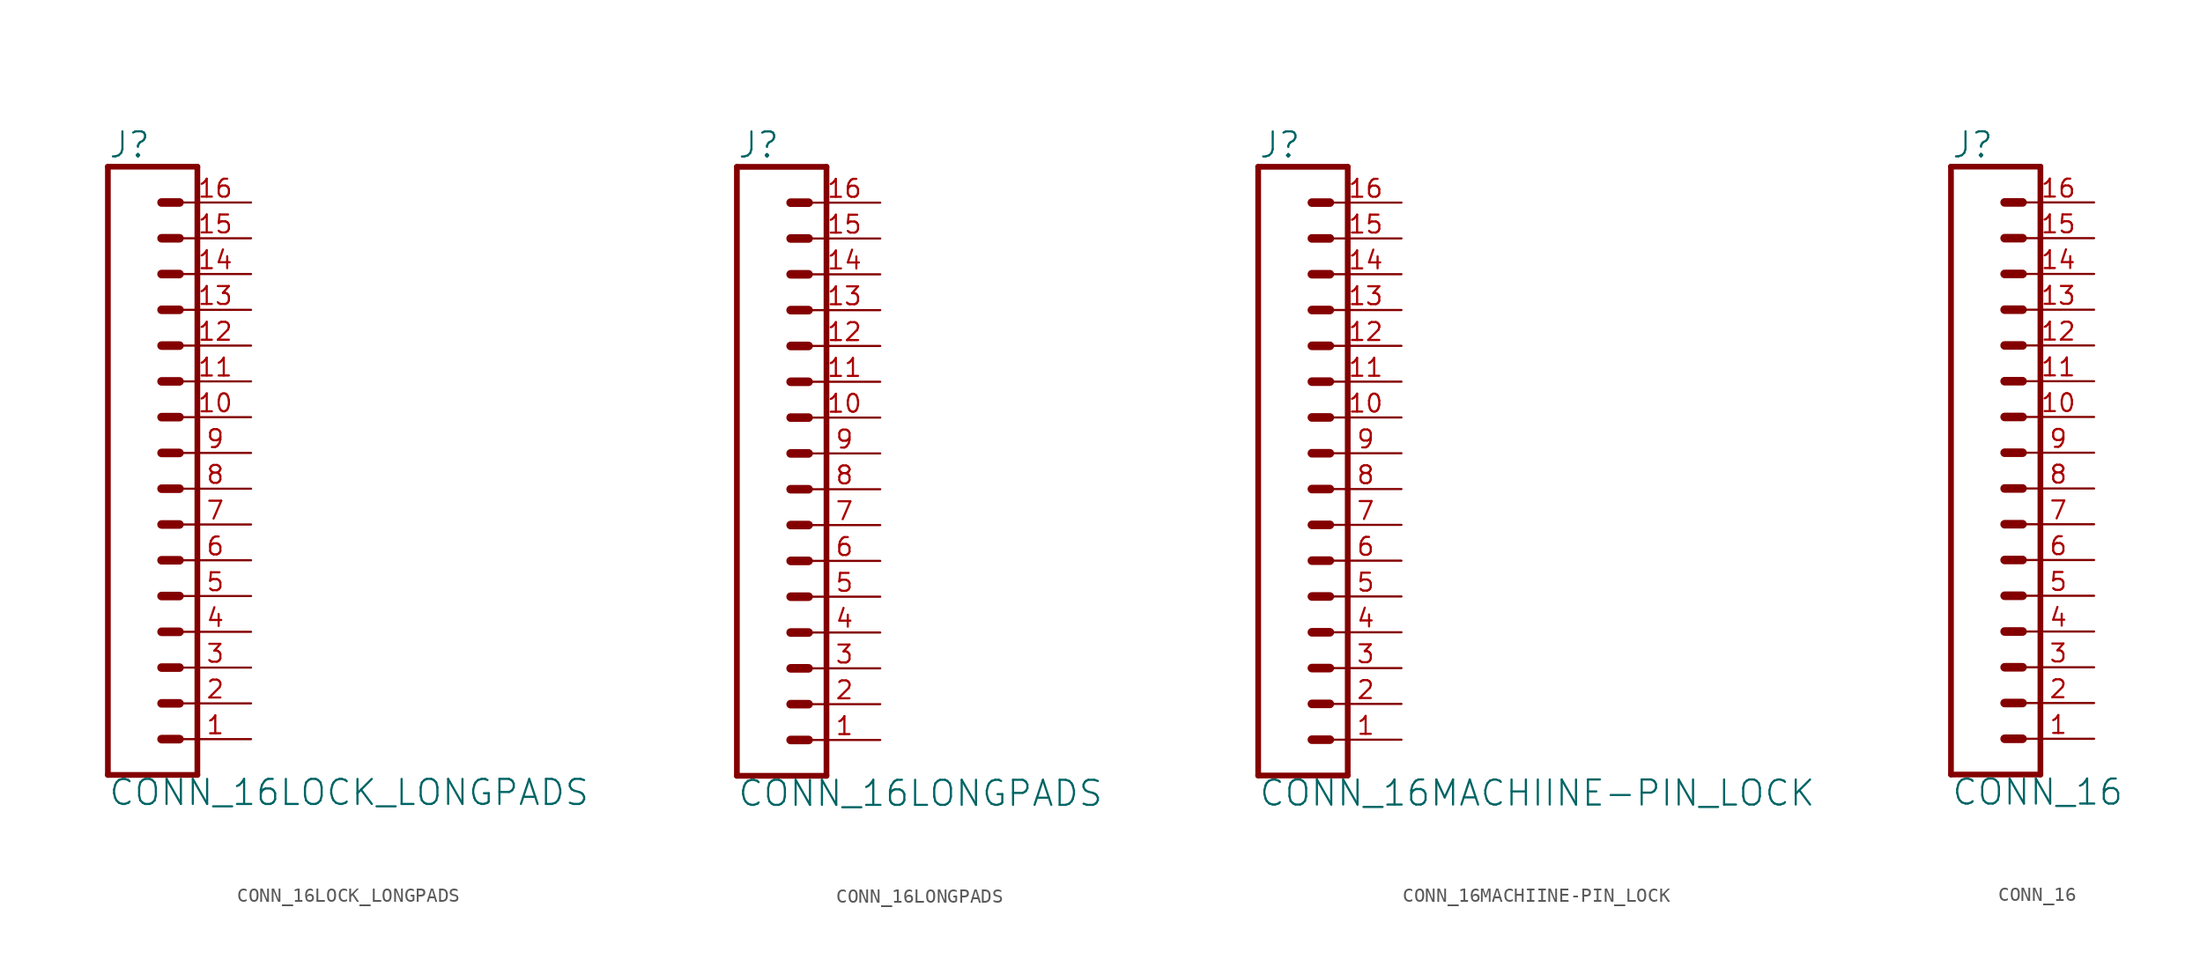
<source format=kicad_sym>
(kicad_symbol_lib
  (version 20220331)
  (generator kicad_symbol_editor)
  (symbol "CONN_16LOCK_LONGPADS"
    (property "Reference" "J"
      (at 0 20.828 0)
      (effects (font (size 1.778 1.778)) (justify left bottom)))
    (property "Value" "CONN_16LOCK_LONGPADS"
      (at 0 -25.146 0)
      (effects (font (size 1.778 1.778)) (justify left bottom)))
    (property "ki_locked" ""
      (at 0 0 0)
      (effects (font (size 1.27 1.27))))
    (symbol "CONN_16LOCK_LONGPADS_1_0"
      (polyline (pts (xy 0 20.32) (xy 0 -22.86)) (stroke (width 0.406) (type solid)) (fill (type none)))
      (polyline (pts (xy 0 20.32) (xy 6.35 20.32)) (stroke (width 0.406) (type solid)) (fill (type none)))
      (polyline (pts (xy 3.81 -20.32) (xy 5.08 -20.32)) (stroke (width 0.61) (type solid)) (fill (type none)))
      (polyline (pts (xy 3.81 -17.78) (xy 5.08 -17.78)) (stroke (width 0.61) (type solid)) (fill (type none)))
      (polyline (pts (xy 3.81 -15.24) (xy 5.08 -15.24)) (stroke (width 0.61) (type solid)) (fill (type none)))
      (polyline (pts (xy 3.81 -12.7) (xy 5.08 -12.7)) (stroke (width 0.61) (type solid)) (fill (type none)))
      (polyline (pts (xy 3.81 -10.16) (xy 5.08 -10.16)) (stroke (width 0.61) (type solid)) (fill (type none)))
      (polyline (pts (xy 3.81 -7.62) (xy 5.08 -7.62)) (stroke (width 0.61) (type solid)) (fill (type none)))
      (polyline (pts (xy 3.81 -5.08) (xy 5.08 -5.08)) (stroke (width 0.61) (type solid)) (fill (type none)))
      (polyline (pts (xy 3.81 -2.54) (xy 5.08 -2.54)) (stroke (width 0.61) (type solid)) (fill (type none)))
      (polyline (pts (xy 3.81 0) (xy 5.08 0)) (stroke (width 0.61) (type solid)) (fill (type none)))
      (polyline (pts (xy 3.81 2.54) (xy 5.08 2.54)) (stroke (width 0.61) (type solid)) (fill (type none)))
      (polyline (pts (xy 3.81 5.08) (xy 5.08 5.08)) (stroke (width 0.61) (type solid)) (fill (type none)))
      (polyline (pts (xy 3.81 7.62) (xy 5.08 7.62)) (stroke (width 0.61) (type solid)) (fill (type none)))
      (polyline (pts (xy 3.81 10.16) (xy 5.08 10.16)) (stroke (width 0.61) (type solid)) (fill (type none)))
      (polyline (pts (xy 3.81 12.7) (xy 5.08 12.7)) (stroke (width 0.61) (type solid)) (fill (type none)))
      (polyline (pts (xy 3.81 15.24) (xy 5.08 15.24)) (stroke (width 0.61) (type solid)) (fill (type none)))
      (polyline (pts (xy 3.81 17.78) (xy 5.08 17.78)) (stroke (width 0.61) (type solid)) (fill (type none)))
      (polyline (pts (xy 6.35 -22.86) (xy 0 -22.86)) (stroke (width 0.406) (type solid)) (fill (type none)))
      (polyline (pts (xy 6.35 -22.86) (xy 6.35 20.32)) (stroke (width 0.406) (type solid)) (fill (type none)))
      (pin passive line (at 10.16 -20.32 180) (length 5.08) (name "1" (effects (font (size 0 0)))) (number "1" (effects (font (size 1.27 1.27)))))
      (pin passive line (at 10.16 2.54 180) (length 5.08) (name "10" (effects (font (size 0 0)))) (number "10" (effects (font (size 1.27 1.27)))))
      (pin passive line (at 10.16 5.08 180) (length 5.08) (name "11" (effects (font (size 0 0)))) (number "11" (effects (font (size 1.27 1.27)))))
      (pin passive line (at 10.16 7.62 180) (length 5.08) (name "12" (effects (font (size 0 0)))) (number "12" (effects (font (size 1.27 1.27)))))
      (pin passive line (at 10.16 10.16 180) (length 5.08) (name "13" (effects (font (size 0 0)))) (number "13" (effects (font (size 1.27 1.27)))))
      (pin passive line (at 10.16 12.7 180) (length 5.08) (name "14" (effects (font (size 0 0)))) (number "14" (effects (font (size 1.27 1.27)))))
      (pin passive line (at 10.16 15.24 180) (length 5.08) (name "15" (effects (font (size 0 0)))) (number "15" (effects (font (size 1.27 1.27)))))
      (pin passive line (at 10.16 17.78 180) (length 5.08) (name "16" (effects (font (size 0 0)))) (number "16" (effects (font (size 1.27 1.27)))))
      (pin passive line (at 10.16 -17.78 180) (length 5.08) (name "2" (effects (font (size 0 0)))) (number "2" (effects (font (size 1.27 1.27)))))
      (pin passive line (at 10.16 -15.24 180) (length 5.08) (name "3" (effects (font (size 0 0)))) (number "3" (effects (font (size 1.27 1.27)))))
      (pin passive line (at 10.16 -12.7 180) (length 5.08) (name "4" (effects (font (size 0 0)))) (number "4" (effects (font (size 1.27 1.27)))))
      (pin passive line (at 10.16 -10.16 180) (length 5.08) (name "5" (effects (font (size 0 0)))) (number "5" (effects (font (size 1.27 1.27)))))
      (pin passive line (at 10.16 -7.62 180) (length 5.08) (name "6" (effects (font (size 0 0)))) (number "6" (effects (font (size 1.27 1.27)))))
      (pin passive line (at 10.16 -5.08 180) (length 5.08) (name "7" (effects (font (size 0 0)))) (number "7" (effects (font (size 1.27 1.27)))))
      (pin passive line (at 10.16 -2.54 180) (length 5.08) (name "8" (effects (font (size 0 0)))) (number "8" (effects (font (size 1.27 1.27)))))
      (pin passive line (at 10.16 0 180) (length 5.08) (name "9" (effects (font (size 0 0)))) (number "9" (effects (font (size 1.27 1.27)))))))
  (symbol "CONN_16LONGPADS"
    (property "Reference" "J"
      (at 0 20.828 0)
      (effects (font (size 1.778 1.778)) (justify left bottom)))
    (property "Value" "CONN_16LONGPADS"
      (at 0 -25.146 0)
      (effects (font (size 1.778 1.778)) (justify left bottom)))
    (property "ki_locked" ""
      (at 0 0 0)
      (effects (font (size 1.27 1.27))))
    (symbol "CONN_16LONGPADS_1_0"
      (polyline (pts (xy 0 20.32) (xy 0 -22.86)) (stroke (width 0.406) (type solid)) (fill (type none)))
      (polyline (pts (xy 0 20.32) (xy 6.35 20.32)) (stroke (width 0.406) (type solid)) (fill (type none)))
      (polyline (pts (xy 3.81 -20.32) (xy 5.08 -20.32)) (stroke (width 0.61) (type solid)) (fill (type none)))
      (polyline (pts (xy 3.81 -17.78) (xy 5.08 -17.78)) (stroke (width 0.61) (type solid)) (fill (type none)))
      (polyline (pts (xy 3.81 -15.24) (xy 5.08 -15.24)) (stroke (width 0.61) (type solid)) (fill (type none)))
      (polyline (pts (xy 3.81 -12.7) (xy 5.08 -12.7)) (stroke (width 0.61) (type solid)) (fill (type none)))
      (polyline (pts (xy 3.81 -10.16) (xy 5.08 -10.16)) (stroke (width 0.61) (type solid)) (fill (type none)))
      (polyline (pts (xy 3.81 -7.62) (xy 5.08 -7.62)) (stroke (width 0.61) (type solid)) (fill (type none)))
      (polyline (pts (xy 3.81 -5.08) (xy 5.08 -5.08)) (stroke (width 0.61) (type solid)) (fill (type none)))
      (polyline (pts (xy 3.81 -2.54) (xy 5.08 -2.54)) (stroke (width 0.61) (type solid)) (fill (type none)))
      (polyline (pts (xy 3.81 0) (xy 5.08 0)) (stroke (width 0.61) (type solid)) (fill (type none)))
      (polyline (pts (xy 3.81 2.54) (xy 5.08 2.54)) (stroke (width 0.61) (type solid)) (fill (type none)))
      (polyline (pts (xy 3.81 5.08) (xy 5.08 5.08)) (stroke (width 0.61) (type solid)) (fill (type none)))
      (polyline (pts (xy 3.81 7.62) (xy 5.08 7.62)) (stroke (width 0.61) (type solid)) (fill (type none)))
      (polyline (pts (xy 3.81 10.16) (xy 5.08 10.16)) (stroke (width 0.61) (type solid)) (fill (type none)))
      (polyline (pts (xy 3.81 12.7) (xy 5.08 12.7)) (stroke (width 0.61) (type solid)) (fill (type none)))
      (polyline (pts (xy 3.81 15.24) (xy 5.08 15.24)) (stroke (width 0.61) (type solid)) (fill (type none)))
      (polyline (pts (xy 3.81 17.78) (xy 5.08 17.78)) (stroke (width 0.61) (type solid)) (fill (type none)))
      (polyline (pts (xy 6.35 -22.86) (xy 0 -22.86)) (stroke (width 0.406) (type solid)) (fill (type none)))
      (polyline (pts (xy 6.35 -22.86) (xy 6.35 20.32)) (stroke (width 0.406) (type solid)) (fill (type none)))
      (pin passive line (at 10.16 -20.32 180) (length 5.08) (name "1" (effects (font (size 0 0)))) (number "1" (effects (font (size 1.27 1.27)))))
      (pin passive line (at 10.16 2.54 180) (length 5.08) (name "10" (effects (font (size 0 0)))) (number "10" (effects (font (size 1.27 1.27)))))
      (pin passive line (at 10.16 5.08 180) (length 5.08) (name "11" (effects (font (size 0 0)))) (number "11" (effects (font (size 1.27 1.27)))))
      (pin passive line (at 10.16 7.62 180) (length 5.08) (name "12" (effects (font (size 0 0)))) (number "12" (effects (font (size 1.27 1.27)))))
      (pin passive line (at 10.16 10.16 180) (length 5.08) (name "13" (effects (font (size 0 0)))) (number "13" (effects (font (size 1.27 1.27)))))
      (pin passive line (at 10.16 12.7 180) (length 5.08) (name "14" (effects (font (size 0 0)))) (number "14" (effects (font (size 1.27 1.27)))))
      (pin passive line (at 10.16 15.24 180) (length 5.08) (name "15" (effects (font (size 0 0)))) (number "15" (effects (font (size 1.27 1.27)))))
      (pin passive line (at 10.16 17.78 180) (length 5.08) (name "16" (effects (font (size 0 0)))) (number "16" (effects (font (size 1.27 1.27)))))
      (pin passive line (at 10.16 -17.78 180) (length 5.08) (name "2" (effects (font (size 0 0)))) (number "2" (effects (font (size 1.27 1.27)))))
      (pin passive line (at 10.16 -15.24 180) (length 5.08) (name "3" (effects (font (size 0 0)))) (number "3" (effects (font (size 1.27 1.27)))))
      (pin passive line (at 10.16 -12.7 180) (length 5.08) (name "4" (effects (font (size 0 0)))) (number "4" (effects (font (size 1.27 1.27)))))
      (pin passive line (at 10.16 -10.16 180) (length 5.08) (name "5" (effects (font (size 0 0)))) (number "5" (effects (font (size 1.27 1.27)))))
      (pin passive line (at 10.16 -7.62 180) (length 5.08) (name "6" (effects (font (size 0 0)))) (number "6" (effects (font (size 1.27 1.27)))))
      (pin passive line (at 10.16 -5.08 180) (length 5.08) (name "7" (effects (font (size 0 0)))) (number "7" (effects (font (size 1.27 1.27)))))
      (pin passive line (at 10.16 -2.54 180) (length 5.08) (name "8" (effects (font (size 0 0)))) (number "8" (effects (font (size 1.27 1.27)))))
      (pin passive line (at 10.16 0 180) (length 5.08) (name "9" (effects (font (size 0 0)))) (number "9" (effects (font (size 1.27 1.27)))))))
  (symbol "CONN_16MACHIINE-PIN_LOCK"
    (property "Reference" "J"
      (at 0 20.828 0)
      (effects (font (size 1.778 1.778)) (justify left bottom)))
    (property "Value" "CONN_16MACHIINE-PIN_LOCK"
      (at 0 -25.146 0)
      (effects (font (size 1.778 1.778)) (justify left bottom)))
    (property "ki_locked" ""
      (at 0 0 0)
      (effects (font (size 1.27 1.27))))
    (symbol "CONN_16MACHIINE-PIN_LOCK_1_0"
      (polyline (pts (xy 0 20.32) (xy 0 -22.86)) (stroke (width 0.406) (type solid)) (fill (type none)))
      (polyline (pts (xy 0 20.32) (xy 6.35 20.32)) (stroke (width 0.406) (type solid)) (fill (type none)))
      (polyline (pts (xy 3.81 -20.32) (xy 5.08 -20.32)) (stroke (width 0.61) (type solid)) (fill (type none)))
      (polyline (pts (xy 3.81 -17.78) (xy 5.08 -17.78)) (stroke (width 0.61) (type solid)) (fill (type none)))
      (polyline (pts (xy 3.81 -15.24) (xy 5.08 -15.24)) (stroke (width 0.61) (type solid)) (fill (type none)))
      (polyline (pts (xy 3.81 -12.7) (xy 5.08 -12.7)) (stroke (width 0.61) (type solid)) (fill (type none)))
      (polyline (pts (xy 3.81 -10.16) (xy 5.08 -10.16)) (stroke (width 0.61) (type solid)) (fill (type none)))
      (polyline (pts (xy 3.81 -7.62) (xy 5.08 -7.62)) (stroke (width 0.61) (type solid)) (fill (type none)))
      (polyline (pts (xy 3.81 -5.08) (xy 5.08 -5.08)) (stroke (width 0.61) (type solid)) (fill (type none)))
      (polyline (pts (xy 3.81 -2.54) (xy 5.08 -2.54)) (stroke (width 0.61) (type solid)) (fill (type none)))
      (polyline (pts (xy 3.81 0) (xy 5.08 0)) (stroke (width 0.61) (type solid)) (fill (type none)))
      (polyline (pts (xy 3.81 2.54) (xy 5.08 2.54)) (stroke (width 0.61) (type solid)) (fill (type none)))
      (polyline (pts (xy 3.81 5.08) (xy 5.08 5.08)) (stroke (width 0.61) (type solid)) (fill (type none)))
      (polyline (pts (xy 3.81 7.62) (xy 5.08 7.62)) (stroke (width 0.61) (type solid)) (fill (type none)))
      (polyline (pts (xy 3.81 10.16) (xy 5.08 10.16)) (stroke (width 0.61) (type solid)) (fill (type none)))
      (polyline (pts (xy 3.81 12.7) (xy 5.08 12.7)) (stroke (width 0.61) (type solid)) (fill (type none)))
      (polyline (pts (xy 3.81 15.24) (xy 5.08 15.24)) (stroke (width 0.61) (type solid)) (fill (type none)))
      (polyline (pts (xy 3.81 17.78) (xy 5.08 17.78)) (stroke (width 0.61) (type solid)) (fill (type none)))
      (polyline (pts (xy 6.35 -22.86) (xy 0 -22.86)) (stroke (width 0.406) (type solid)) (fill (type none)))
      (polyline (pts (xy 6.35 -22.86) (xy 6.35 20.32)) (stroke (width 0.406) (type solid)) (fill (type none)))
      (pin passive line (at 10.16 -20.32 180) (length 5.08) (name "1" (effects (font (size 0 0)))) (number "1" (effects (font (size 1.27 1.27)))))
      (pin passive line (at 10.16 2.54 180) (length 5.08) (name "10" (effects (font (size 0 0)))) (number "10" (effects (font (size 1.27 1.27)))))
      (pin passive line (at 10.16 5.08 180) (length 5.08) (name "11" (effects (font (size 0 0)))) (number "11" (effects (font (size 1.27 1.27)))))
      (pin passive line (at 10.16 7.62 180) (length 5.08) (name "12" (effects (font (size 0 0)))) (number "12" (effects (font (size 1.27 1.27)))))
      (pin passive line (at 10.16 10.16 180) (length 5.08) (name "13" (effects (font (size 0 0)))) (number "13" (effects (font (size 1.27 1.27)))))
      (pin passive line (at 10.16 12.7 180) (length 5.08) (name "14" (effects (font (size 0 0)))) (number "14" (effects (font (size 1.27 1.27)))))
      (pin passive line (at 10.16 15.24 180) (length 5.08) (name "15" (effects (font (size 0 0)))) (number "15" (effects (font (size 1.27 1.27)))))
      (pin passive line (at 10.16 17.78 180) (length 5.08) (name "16" (effects (font (size 0 0)))) (number "16" (effects (font (size 1.27 1.27)))))
      (pin passive line (at 10.16 -17.78 180) (length 5.08) (name "2" (effects (font (size 0 0)))) (number "2" (effects (font (size 1.27 1.27)))))
      (pin passive line (at 10.16 -15.24 180) (length 5.08) (name "3" (effects (font (size 0 0)))) (number "3" (effects (font (size 1.27 1.27)))))
      (pin passive line (at 10.16 -12.7 180) (length 5.08) (name "4" (effects (font (size 0 0)))) (number "4" (effects (font (size 1.27 1.27)))))
      (pin passive line (at 10.16 -10.16 180) (length 5.08) (name "5" (effects (font (size 0 0)))) (number "5" (effects (font (size 1.27 1.27)))))
      (pin passive line (at 10.16 -7.62 180) (length 5.08) (name "6" (effects (font (size 0 0)))) (number "6" (effects (font (size 1.27 1.27)))))
      (pin passive line (at 10.16 -5.08 180) (length 5.08) (name "7" (effects (font (size 0 0)))) (number "7" (effects (font (size 1.27 1.27)))))
      (pin passive line (at 10.16 -2.54 180) (length 5.08) (name "8" (effects (font (size 0 0)))) (number "8" (effects (font (size 1.27 1.27)))))
      (pin passive line (at 10.16 0 180) (length 5.08) (name "9" (effects (font (size 0 0)))) (number "9" (effects (font (size 1.27 1.27)))))))
  (symbol "CONN_16"
    (property "Reference" "J"
      (at 0 20.828 0)
      (effects (font (size 1.778 1.778)) (justify left bottom)))
    (property "Value" "CONN_16"
      (at 0 -25.146 0)
      (effects (font (size 1.778 1.778)) (justify left bottom)))
    (property "ki_locked" ""
      (at 0 0 0)
      (effects (font (size 1.27 1.27))))
    (symbol "CONN_16_1_0"
      (polyline (pts (xy 0 20.32) (xy 0 -22.86)) (stroke (width 0.406) (type solid)) (fill (type none)))
      (polyline (pts (xy 0 20.32) (xy 6.35 20.32)) (stroke (width 0.406) (type solid)) (fill (type none)))
      (polyline (pts (xy 3.81 -20.32) (xy 5.08 -20.32)) (stroke (width 0.61) (type solid)) (fill (type none)))
      (polyline (pts (xy 3.81 -17.78) (xy 5.08 -17.78)) (stroke (width 0.61) (type solid)) (fill (type none)))
      (polyline (pts (xy 3.81 -15.24) (xy 5.08 -15.24)) (stroke (width 0.61) (type solid)) (fill (type none)))
      (polyline (pts (xy 3.81 -12.7) (xy 5.08 -12.7)) (stroke (width 0.61) (type solid)) (fill (type none)))
      (polyline (pts (xy 3.81 -10.16) (xy 5.08 -10.16)) (stroke (width 0.61) (type solid)) (fill (type none)))
      (polyline (pts (xy 3.81 -7.62) (xy 5.08 -7.62)) (stroke (width 0.61) (type solid)) (fill (type none)))
      (polyline (pts (xy 3.81 -5.08) (xy 5.08 -5.08)) (stroke (width 0.61) (type solid)) (fill (type none)))
      (polyline (pts (xy 3.81 -2.54) (xy 5.08 -2.54)) (stroke (width 0.61) (type solid)) (fill (type none)))
      (polyline (pts (xy 3.81 0) (xy 5.08 0)) (stroke (width 0.61) (type solid)) (fill (type none)))
      (polyline (pts (xy 3.81 2.54) (xy 5.08 2.54)) (stroke (width 0.61) (type solid)) (fill (type none)))
      (polyline (pts (xy 3.81 5.08) (xy 5.08 5.08)) (stroke (width 0.61) (type solid)) (fill (type none)))
      (polyline (pts (xy 3.81 7.62) (xy 5.08 7.62)) (stroke (width 0.61) (type solid)) (fill (type none)))
      (polyline (pts (xy 3.81 10.16) (xy 5.08 10.16)) (stroke (width 0.61) (type solid)) (fill (type none)))
      (polyline (pts (xy 3.81 12.7) (xy 5.08 12.7)) (stroke (width 0.61) (type solid)) (fill (type none)))
      (polyline (pts (xy 3.81 15.24) (xy 5.08 15.24)) (stroke (width 0.61) (type solid)) (fill (type none)))
      (polyline (pts (xy 3.81 17.78) (xy 5.08 17.78)) (stroke (width 0.61) (type solid)) (fill (type none)))
      (polyline (pts (xy 6.35 -22.86) (xy 0 -22.86)) (stroke (width 0.406) (type solid)) (fill (type none)))
      (polyline (pts (xy 6.35 -22.86) (xy 6.35 20.32)) (stroke (width 0.406) (type solid)) (fill (type none)))
      (pin passive line (at 10.16 -20.32 180) (length 5.08) (name "1" (effects (font (size 0 0)))) (number "1" (effects (font (size 1.27 1.27)))))
      (pin passive line (at 10.16 2.54 180) (length 5.08) (name "10" (effects (font (size 0 0)))) (number "10" (effects (font (size 1.27 1.27)))))
      (pin passive line (at 10.16 5.08 180) (length 5.08) (name "11" (effects (font (size 0 0)))) (number "11" (effects (font (size 1.27 1.27)))))
      (pin passive line (at 10.16 7.62 180) (length 5.08) (name "12" (effects (font (size 0 0)))) (number "12" (effects (font (size 1.27 1.27)))))
      (pin passive line (at 10.16 10.16 180) (length 5.08) (name "13" (effects (font (size 0 0)))) (number "13" (effects (font (size 1.27 1.27)))))
      (pin passive line (at 10.16 12.7 180) (length 5.08) (name "14" (effects (font (size 0 0)))) (number "14" (effects (font (size 1.27 1.27)))))
      (pin passive line (at 10.16 15.24 180) (length 5.08) (name "15" (effects (font (size 0 0)))) (number "15" (effects (font (size 1.27 1.27)))))
      (pin passive line (at 10.16 17.78 180) (length 5.08) (name "16" (effects (font (size 0 0)))) (number "16" (effects (font (size 1.27 1.27)))))
      (pin passive line (at 10.16 -17.78 180) (length 5.08) (name "2" (effects (font (size 0 0)))) (number "2" (effects (font (size 1.27 1.27)))))
      (pin passive line (at 10.16 -15.24 180) (length 5.08) (name "3" (effects (font (size 0 0)))) (number "3" (effects (font (size 1.27 1.27)))))
      (pin passive line (at 10.16 -12.7 180) (length 5.08) (name "4" (effects (font (size 0 0)))) (number "4" (effects (font (size 1.27 1.27)))))
      (pin passive line (at 10.16 -10.16 180) (length 5.08) (name "5" (effects (font (size 0 0)))) (number "5" (effects (font (size 1.27 1.27)))))
      (pin passive line (at 10.16 -7.62 180) (length 5.08) (name "6" (effects (font (size 0 0)))) (number "6" (effects (font (size 1.27 1.27)))))
      (pin passive line (at 10.16 -5.08 180) (length 5.08) (name "7" (effects (font (size 0 0)))) (number "7" (effects (font (size 1.27 1.27)))))
      (pin passive line (at 10.16 -2.54 180) (length 5.08) (name "8" (effects (font (size 0 0)))) (number "8" (effects (font (size 1.27 1.27)))))
      (pin passive line (at 10.16 0 180) (length 5.08) (name "9" (effects (font (size 0 0)))) (number "9" (effects (font (size 1.27 1.27))))))))
</source>
